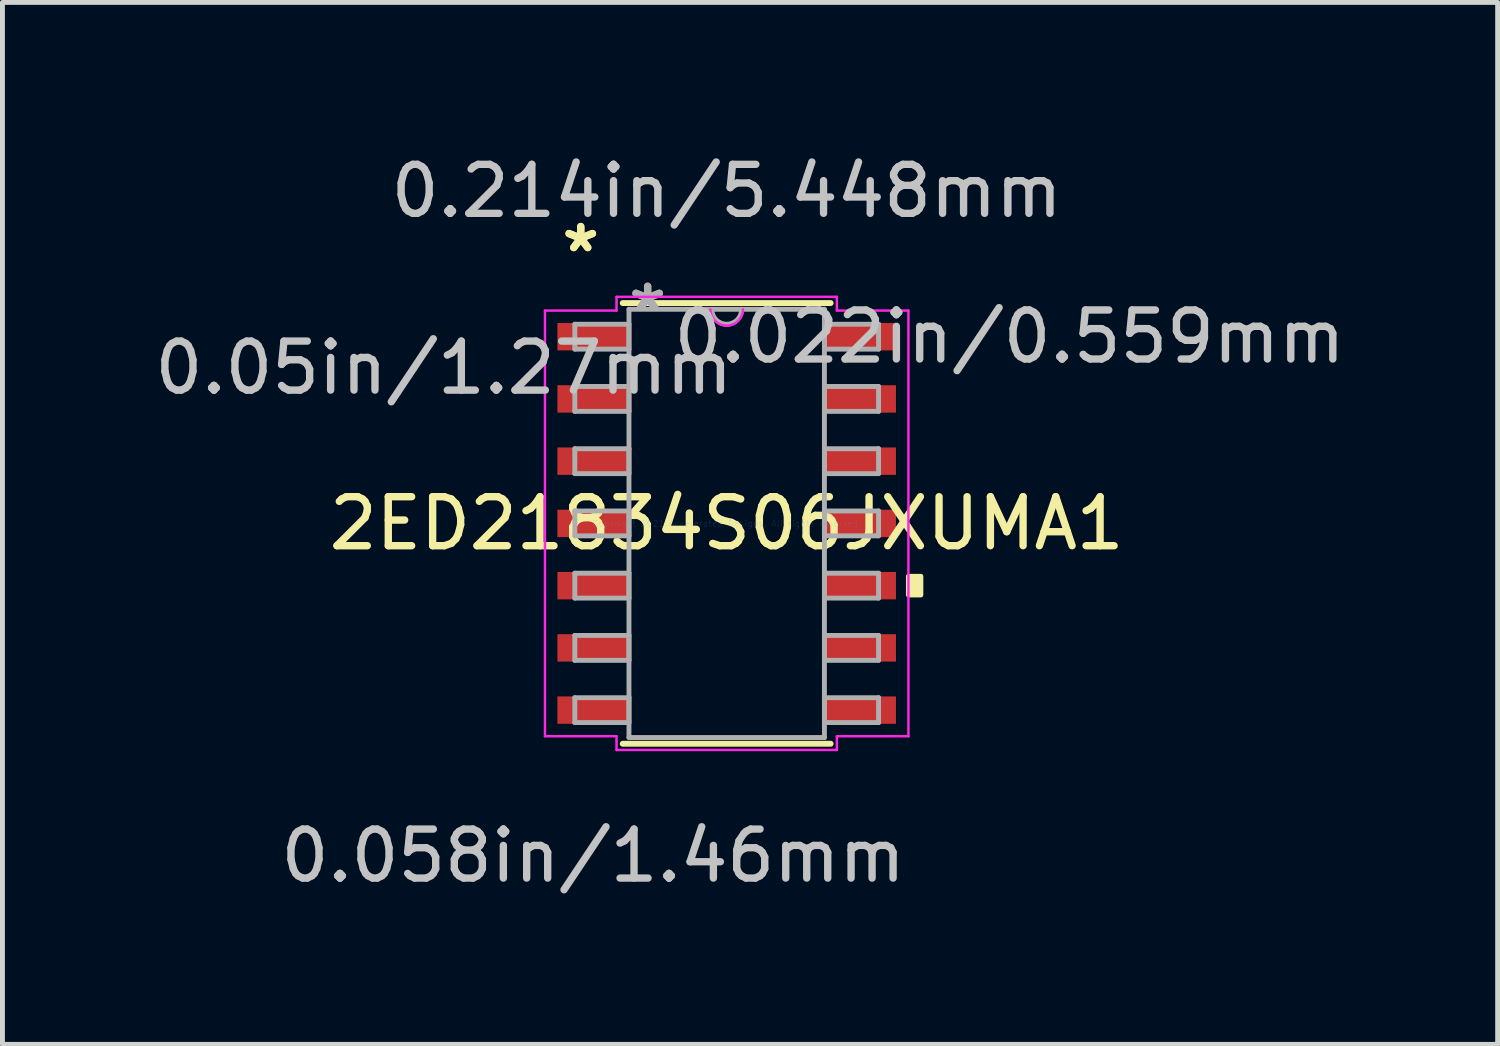
<source format=kicad_pcb>
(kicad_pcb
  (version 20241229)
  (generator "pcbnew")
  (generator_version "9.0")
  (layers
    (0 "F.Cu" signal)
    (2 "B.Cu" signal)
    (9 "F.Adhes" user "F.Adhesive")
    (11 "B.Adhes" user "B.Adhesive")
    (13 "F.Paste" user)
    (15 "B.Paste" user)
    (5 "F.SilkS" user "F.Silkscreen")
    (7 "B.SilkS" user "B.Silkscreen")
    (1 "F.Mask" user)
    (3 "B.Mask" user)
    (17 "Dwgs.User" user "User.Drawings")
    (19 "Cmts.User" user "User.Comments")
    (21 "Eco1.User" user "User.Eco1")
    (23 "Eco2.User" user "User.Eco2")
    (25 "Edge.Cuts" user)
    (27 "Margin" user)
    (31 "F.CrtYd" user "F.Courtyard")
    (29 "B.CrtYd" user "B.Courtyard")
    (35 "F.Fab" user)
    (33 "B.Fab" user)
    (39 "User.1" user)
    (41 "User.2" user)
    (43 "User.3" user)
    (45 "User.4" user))
  (footprint "2ED21834S06JXUMA1"
    (layer "F.Cu")
    (at 11.778 7.63)
    (property "Reference" "2ED21834S06JXUMA1" (at 0 0 0) (layer "F.SilkS") (effects (font (size 1 1) (thickness 0.15))))
    (attr through_hole)
    (fp_line (start -2.121 4.496) (end 2.121 4.496) (stroke (width 0.12) (type solid)) (layer "F.SilkS"))
    (fp_line (start 2.121 -4.496) (end -2.121 -4.496) (stroke (width 0.12) (type solid)) (layer "F.SilkS"))
    (fp_poly (pts (xy 3.962 1.079) (xy 3.962 1.46) (xy 3.708 1.46) (xy 3.708 1.079)) (stroke (width 0.1) (type solid)) (fill yes) (layer "F.SilkS"))
    (fp_line (start -3.708 -4.343) (end -2.248 -4.343) (stroke (width 0.05) (type solid)) (layer "F.CrtYd"))
    (fp_line (start -3.708 4.343) (end -3.708 -4.343) (stroke (width 0.05) (type solid)) (layer "F.CrtYd"))
    (fp_line (start -2.248 -4.623) (end 2.248 -4.623) (stroke (width 0.05) (type solid)) (layer "F.CrtYd"))
    (fp_line (start -2.248 -4.343) (end -2.248 -4.623) (stroke (width 0.05) (type solid)) (layer "F.CrtYd"))
    (fp_line (start -2.248 4.343) (end -3.708 4.343) (stroke (width 0.05) (type solid)) (layer "F.CrtYd"))
    (fp_line (start -2.248 4.623) (end -2.248 4.343) (stroke (width 0.05) (type solid)) (layer "F.CrtYd"))
    (fp_line (start 2.248 -4.623) (end 2.248 -4.343) (stroke (width 0.05) (type solid)) (layer "F.CrtYd"))
    (fp_line (start 2.248 -4.343) (end 3.708 -4.343) (stroke (width 0.05) (type solid)) (layer "F.CrtYd"))
    (fp_line (start 2.248 4.343) (end 2.248 4.623) (stroke (width 0.05) (type solid)) (layer "F.CrtYd"))
    (fp_line (start 2.248 4.623) (end -2.248 4.623) (stroke (width 0.05) (type solid)) (layer "F.CrtYd"))
    (fp_line (start 3.708 -4.343) (end 3.708 4.343) (stroke (width 0.05) (type solid)) (layer "F.CrtYd"))
    (fp_line (start 3.708 4.343) (end 2.248 4.343) (stroke (width 0.05) (type solid)) (layer "F.CrtYd"))
    (fp_arc (start 0.332317 -4.3688) (mid 0 -4.036483) (end -0.332317 -4.3688) (stroke (width 0.05) (type solid)) (layer "F.CrtYd"))
    (fp_line (start -3.099 -4.064) (end -3.099 -3.556) (stroke (width 0.1) (type solid)) (layer "F.Fab"))
    (fp_line (start -3.099 -3.556) (end -1.994 -3.556) (stroke (width 0.1) (type solid)) (layer "F.Fab"))
    (fp_line (start -3.099 -2.794) (end -3.099 -2.286) (stroke (width 0.1) (type solid)) (layer "F.Fab"))
    (fp_line (start -3.099 -2.286) (end -1.994 -2.286) (stroke (width 0.1) (type solid)) (layer "F.Fab"))
    (fp_line (start -3.099 -1.524) (end -3.099 -1.016) (stroke (width 0.1) (type solid)) (layer "F.Fab"))
    (fp_line (start -3.099 -1.016) (end -1.994 -1.016) (stroke (width 0.1) (type solid)) (layer "F.Fab"))
    (fp_line (start -3.099 -0.254) (end -3.099 0.254) (stroke (width 0.1) (type solid)) (layer "F.Fab"))
    (fp_line (start -3.099 0.254) (end -1.994 0.254) (stroke (width 0.1) (type solid)) (layer "F.Fab"))
    (fp_line (start -3.099 1.016) (end -3.099 1.524) (stroke (width 0.1) (type solid)) (layer "F.Fab"))
    (fp_line (start -3.099 1.524) (end -1.994 1.524) (stroke (width 0.1) (type solid)) (layer "F.Fab"))
    (fp_line (start -3.099 2.286) (end -3.099 2.794) (stroke (width 0.1) (type solid)) (layer "F.Fab"))
    (fp_line (start -3.099 2.794) (end -1.994 2.794) (stroke (width 0.1) (type solid)) (layer "F.Fab"))
    (fp_line (start -3.099 3.556) (end -3.099 4.064) (stroke (width 0.1) (type solid)) (layer "F.Fab"))
    (fp_line (start -3.099 4.064) (end -1.994 4.064) (stroke (width 0.1) (type solid)) (layer "F.Fab"))
    (fp_line (start -1.994 -4.369) (end -1.994 4.369) (stroke (width 0.1) (type solid)) (layer "F.Fab"))
    (fp_line (start -1.994 -4.064) (end -3.099 -4.064) (stroke (width 0.1) (type solid)) (layer "F.Fab"))
    (fp_line (start -1.994 -3.556) (end -1.994 -4.064) (stroke (width 0.1) (type solid)) (layer "F.Fab"))
    (fp_line (start -1.994 -2.794) (end -3.099 -2.794) (stroke (width 0.1) (type solid)) (layer "F.Fab"))
    (fp_line (start -1.994 -2.286) (end -1.994 -2.794) (stroke (width 0.1) (type solid)) (layer "F.Fab"))
    (fp_line (start -1.994 -1.524) (end -3.099 -1.524) (stroke (width 0.1) (type solid)) (layer "F.Fab"))
    (fp_line (start -1.994 -1.016) (end -1.994 -1.524) (stroke (width 0.1) (type solid)) (layer "F.Fab"))
    (fp_line (start -1.994 -0.254) (end -3.099 -0.254) (stroke (width 0.1) (type solid)) (layer "F.Fab"))
    (fp_line (start -1.994 0.254) (end -1.994 -0.254) (stroke (width 0.1) (type solid)) (layer "F.Fab"))
    (fp_line (start -1.994 1.016) (end -3.099 1.016) (stroke (width 0.1) (type solid)) (layer "F.Fab"))
    (fp_line (start -1.994 1.524) (end -1.994 1.016) (stroke (width 0.1) (type solid)) (layer "F.Fab"))
    (fp_line (start -1.994 2.286) (end -3.099 2.286) (stroke (width 0.1) (type solid)) (layer "F.Fab"))
    (fp_line (start -1.994 2.794) (end -1.994 2.286) (stroke (width 0.1) (type solid)) (layer "F.Fab"))
    (fp_line (start -1.994 3.556) (end -3.099 3.556) (stroke (width 0.1) (type solid)) (layer "F.Fab"))
    (fp_line (start -1.994 4.064) (end -1.994 3.556) (stroke (width 0.1) (type solid)) (layer "F.Fab"))
    (fp_line (start -1.994 4.369) (end 1.994 4.369) (stroke (width 0.1) (type solid)) (layer "F.Fab"))
    (fp_line (start 1.994 -4.369) (end -1.994 -4.369) (stroke (width 0.1) (type solid)) (layer "F.Fab"))
    (fp_line (start 1.994 -4.064) (end 1.994 -3.556) (stroke (width 0.1) (type solid)) (layer "F.Fab"))
    (fp_line (start 1.994 -3.556) (end 3.099 -3.556) (stroke (width 0.1) (type solid)) (layer "F.Fab"))
    (fp_line (start 1.994 -2.794) (end 1.994 -2.286) (stroke (width 0.1) (type solid)) (layer "F.Fab"))
    (fp_line (start 1.994 -2.286) (end 3.099 -2.286) (stroke (width 0.1) (type solid)) (layer "F.Fab"))
    (fp_line (start 1.994 -1.524) (end 1.994 -1.016) (stroke (width 0.1) (type solid)) (layer "F.Fab"))
    (fp_line (start 1.994 -1.016) (end 3.099 -1.016) (stroke (width 0.1) (type solid)) (layer "F.Fab"))
    (fp_line (start 1.994 -0.254) (end 1.994 0.254) (stroke (width 0.1) (type solid)) (layer "F.Fab"))
    (fp_line (start 1.994 0.254) (end 3.099 0.254) (stroke (width 0.1) (type solid)) (layer "F.Fab"))
    (fp_line (start 1.994 1.016) (end 1.994 1.524) (stroke (width 0.1) (type solid)) (layer "F.Fab"))
    (fp_line (start 1.994 1.524) (end 3.099 1.524) (stroke (width 0.1) (type solid)) (layer "F.Fab"))
    (fp_line (start 1.994 2.286) (end 1.994 2.794) (stroke (width 0.1) (type solid)) (layer "F.Fab"))
    (fp_line (start 1.994 2.794) (end 3.099 2.794) (stroke (width 0.1) (type solid)) (layer "F.Fab"))
    (fp_line (start 1.994 3.556) (end 1.994 4.064) (stroke (width 0.1) (type solid)) (layer "F.Fab"))
    (fp_line (start 1.994 4.064) (end 3.099 4.064) (stroke (width 0.1) (type solid)) (layer "F.Fab"))
    (fp_line (start 1.994 4.369) (end 1.994 -4.369) (stroke (width 0.1) (type solid)) (layer "F.Fab"))
    (fp_line (start 3.099 -4.064) (end 1.994 -4.064) (stroke (width 0.1) (type solid)) (layer "F.Fab"))
    (fp_line (start 3.099 -3.556) (end 3.099 -4.064) (stroke (width 0.1) (type solid)) (layer "F.Fab"))
    (fp_line (start 3.099 -2.794) (end 1.994 -2.794) (stroke (width 0.1) (type solid)) (layer "F.Fab"))
    (fp_line (start 3.099 -2.286) (end 3.099 -2.794) (stroke (width 0.1) (type solid)) (layer "F.Fab"))
    (fp_line (start 3.099 -1.524) (end 1.994 -1.524) (stroke (width 0.1) (type solid)) (layer "F.Fab"))
    (fp_line (start 3.099 -1.016) (end 3.099 -1.524) (stroke (width 0.1) (type solid)) (layer "F.Fab"))
    (fp_line (start 3.099 -0.254) (end 1.994 -0.254) (stroke (width 0.1) (type solid)) (layer "F.Fab"))
    (fp_line (start 3.099 0.254) (end 3.099 -0.254) (stroke (width 0.1) (type solid)) (layer "F.Fab"))
    (fp_line (start 3.099 1.016) (end 1.994 1.016) (stroke (width 0.1) (type solid)) (layer "F.Fab"))
    (fp_line (start 3.099 1.524) (end 3.099 1.016) (stroke (width 0.1) (type solid)) (layer "F.Fab"))
    (fp_line (start 3.099 2.286) (end 1.994 2.286) (stroke (width 0.1) (type solid)) (layer "F.Fab"))
    (fp_line (start 3.099 2.794) (end 3.099 2.286) (stroke (width 0.1) (type solid)) (layer "F.Fab"))
    (fp_line (start 3.099 3.556) (end 1.994 3.556) (stroke (width 0.1) (type solid)) (layer "F.Fab"))
    (fp_line (start 3.099 4.064) (end 3.099 3.556) (stroke (width 0.1) (type solid)) (layer "F.Fab"))
    (fp_arc (start 0.3048 -4.3688) (mid 0 -4.064) (end -0.3048 -4.3688) (stroke (width 0.1) (type solid)) (layer "F.Fab"))
    (fp_text user "*" (at -2.978 -5.512 0) (layer "F.SilkS") (effects (font (size 1 1) (thickness 0.15))))
    (fp_text user "*" (at -2.978 -5.512 0) (layer "F.SilkS") (effects (font (size 1 1) (thickness 0.15))))
    (fp_text user "0.214in/5.448mm" (at 0 -6.782 0) (layer "Dwgs.User") (effects (font (size 1 1) (thickness 0.15))))
    (fp_text user "0.022in/0.559mm" (at 5.772 -3.81 0) (layer "Dwgs.User") (effects (font (size 1 1) (thickness 0.15))))
    (fp_text user "0.058in/1.46mm" (at -2.724 6.782 0) (layer "Dwgs.User") (effects (font (size 1 1) (thickness 0.15))))
    (fp_text user "0.05in/1.27mm" (at -5.772 -3.175 0) (layer "Dwgs.User") (effects (font (size 1 1) (thickness 0.15))))
    (fp_text user "Copyright 2021 Accelerated Designs. All rights reserved." (at 0 0 0) (layer "Cmts.User") (effects (font (size 0.127 0.127) (thickness 0.002))))
    (fp_text user "*" (at -1.613 -4.293 0) (layer "F.Fab") (effects (font (size 1 1) (thickness 0.15))))
    (fp_text user "*" (at -1.613 -4.293 0) (layer "F.Fab") (effects (font (size 1 1) (thickness 0.15))))
    (pad "1" smd rect (at -2.724 -3.81) (size 1.46 0.559) (layers "F.Cu" "F.Mask" "F.Paste"))
    (pad "2" smd rect (at -2.724 -2.54) (size 1.46 0.559) (layers "F.Cu" "F.Mask" "F.Paste"))
    (pad "3" smd rect (at -2.724 -1.27) (size 1.46 0.559) (layers "F.Cu" "F.Mask" "F.Paste"))
    (pad "4" smd rect (at -2.724 0) (size 1.46 0.559) (layers "F.Cu" "F.Mask" "F.Paste"))
    (pad "5" smd rect (at -2.724 1.27) (size 1.46 0.559) (layers "F.Cu" "F.Mask" "F.Paste"))
    (pad "6" smd rect (at -2.724 2.54) (size 1.46 0.559) (layers "F.Cu" "F.Mask" "F.Paste"))
    (pad "7" smd rect (at -2.724 3.81) (size 1.46 0.559) (layers "F.Cu" "F.Mask" "F.Paste"))
    (pad "8" smd rect (at 2.724 3.81) (size 1.46 0.559) (layers "F.Cu" "F.Mask" "F.Paste"))
    (pad "9" smd rect (at 2.724 2.54) (size 1.46 0.559) (layers "F.Cu" "F.Mask" "F.Paste"))
    (pad "10" smd rect (at 2.724 1.27) (size 1.46 0.559) (layers "F.Cu" "F.Mask" "F.Paste"))
    (pad "11" smd rect (at 2.724 0) (size 1.46 0.559) (layers "F.Cu" "F.Mask" "F.Paste"))
    (pad "12" smd rect (at 2.724 -1.27) (size 1.46 0.559) (layers "F.Cu" "F.Mask" "F.Paste"))
    (pad "13" smd rect (at 2.724 -2.54) (size 1.46 0.559) (layers "F.Cu" "F.Mask" "F.Paste"))
    (pad "14" smd rect (at 2.724 -3.81) (size 1.46 0.559) (layers "F.Cu" "F.Mask" "F.Paste")))
  (gr_rect
    (start -3 -3)
    (end 27.509 18.26)
    (stroke (width 0.1) (type default))
    (fill no)
    (layer "Edge.Cuts")))
</source>
